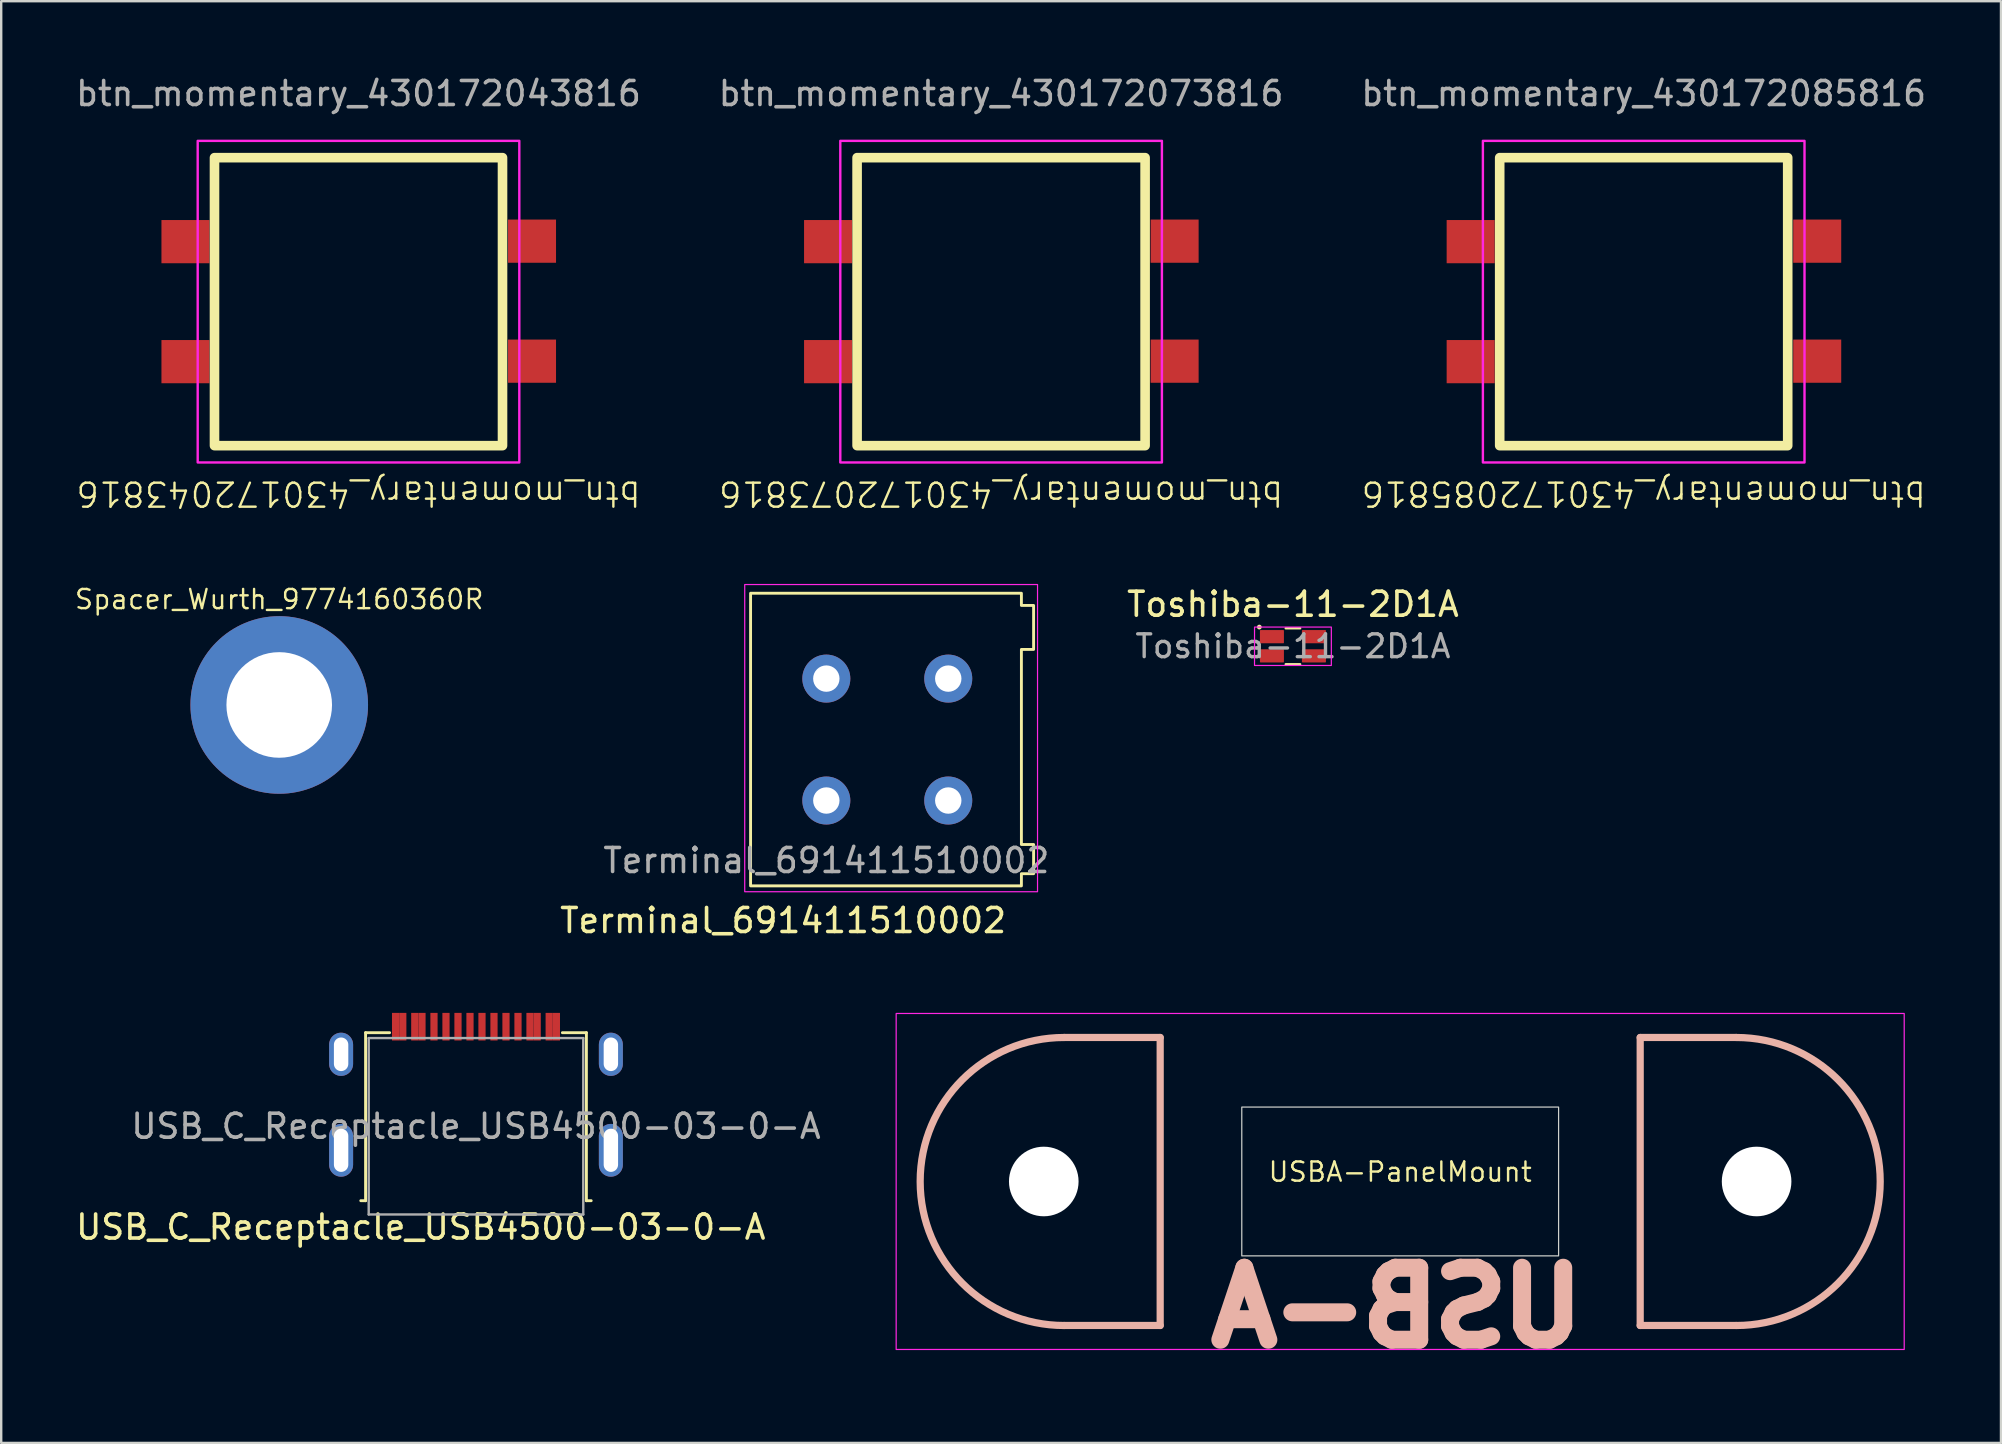
<source format=kicad_pcb>
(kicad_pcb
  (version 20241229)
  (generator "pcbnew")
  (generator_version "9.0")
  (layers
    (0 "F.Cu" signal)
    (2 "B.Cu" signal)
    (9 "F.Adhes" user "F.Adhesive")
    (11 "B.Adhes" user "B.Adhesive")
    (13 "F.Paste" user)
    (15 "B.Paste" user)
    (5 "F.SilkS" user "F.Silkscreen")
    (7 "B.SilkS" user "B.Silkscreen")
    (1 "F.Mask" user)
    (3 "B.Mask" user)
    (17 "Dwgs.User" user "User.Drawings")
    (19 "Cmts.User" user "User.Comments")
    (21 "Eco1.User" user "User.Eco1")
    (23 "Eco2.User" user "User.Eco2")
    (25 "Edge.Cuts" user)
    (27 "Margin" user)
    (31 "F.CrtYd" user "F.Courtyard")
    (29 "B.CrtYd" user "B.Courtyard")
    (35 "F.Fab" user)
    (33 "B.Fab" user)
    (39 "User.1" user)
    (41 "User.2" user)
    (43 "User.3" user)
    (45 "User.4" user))
  (footprint "Toshiba-11-2D1A"
    (layer "F.Cu")
    (at 50.82 23.877)
    (property "Reference" "Toshiba-11-2D1A" (at 0 -1.75 0) (layer "F.SilkS") (effects (font (size 1 1) (thickness 0.15))))
    (attr smd)
    (fp_line (start -0.3 -0.75) (end 0.3 -0.75) (stroke (width 0.1) (type default)) (layer "F.SilkS"))
    (fp_line (start -0.3 0.75) (end 0.3 0.75) (stroke (width 0.1) (type default)) (layer "F.SilkS"))
    (fp_circle (center -1.4 -0.8) (end -1.35 -0.8) (stroke (width 0.1) (type default)) (fill no) (layer "F.SilkS"))
    (fp_rect (start -1.6 -0.8) (end 1.6 0.8) (stroke (width 0.05) (type default)) (fill no) (layer "F.CrtYd"))
    (fp_text user "${REFERENCE}" (at 0 0 0) (layer "F.Fab") (effects (font (size 0.95 0.95) (thickness 0.14))))
    (pad "1" smd roundrect (at -0.875 -0.4) (size 1 0.55) (layers "F.Cu" "F.Mask" "F.Paste") (roundrect_rratio 0.05))
    (pad "2" smd roundrect (at -0.875 0.4) (size 1 0.55) (layers "F.Cu" "F.Mask" "F.Paste") (roundrect_rratio 0.05))
    (pad "3" smd roundrect (at 0.875 0.4) (size 1 0.55) (layers "F.Cu" "F.Mask" "F.Paste") (roundrect_rratio 0.05))
    (pad "4" smd roundrect (at 0.875 -0.4) (size 1 0.55) (layers "F.Cu" "F.Mask" "F.Paste") (roundrect_rratio 0.05)))
  (footprint "Spacer_Wurth_9774160360R"
    (layer "F.Cu")
    (at 8.584 26.322)
    (property "Reference" "Spacer_Wurth_9774160360R" (at 0 -4.4 0) (unlocked yes) (layer "F.SilkS") (effects (font (size 0.8 0.8) (thickness 0.1))))
    (attr smd)
    (pad "" np_thru_hole circle (at 0 0) (size 7.4 7.4) (drill 4.4) (layers "*.Cu" "*.Mask")))
  (footprint "Terminal_691411510002"
    (layer "F.Cu")
    (at 31.379 30.304)
    (property "Reference" "Terminal_691411510002" (at -1.8 5 0) (unlocked yes) (layer "F.SilkS") (effects (font (size 1 1) (thickness 0.15))))
    (attr through_hole)
    (fp_poly (pts (xy -3.156 -8.636) (xy 8.128 -8.636) (xy 8.128 -8.128) (xy 8.636 -8.128) (xy 8.636 -6.296) (xy 8.128 -6.296) (xy 8.128 1.832) (xy 8.636 1.832) (xy 8.636 3.048) (xy 8.128 3.048) (xy 8.128 3.556) (xy -3.156 3.556)) (stroke (width 0.12) (type solid)) (fill no) (layer "F.SilkS"))
    (fp_rect (start -3.4 -9) (end 8.8 3.8) (stroke (width 0.05) (type default)) (fill no) (layer "F.CrtYd"))
    (fp_text user "${REFERENCE}" (at 0 2.5 0) (unlocked yes) (layer "F.Fab") (effects (font (size 1 1) (thickness 0.15))))
    (pad "1" thru_hole circle (at 5.08 -5.08) (size 2 2) (drill 1.1) (layers "*.Cu" "*.Mask"))
    (pad "1" thru_hole circle (at 5.08 0) (size 2 2) (drill 1.1) (layers "*.Cu" "*.Mask"))
    (pad "2" thru_hole circle (at 0 -5.08) (size 2 2) (drill 1.1) (layers "*.Cu" "*.Mask"))
    (pad "2" thru_hole circle (at 0 0) (size 2 2) (drill 1.1) (layers "*.Cu" "*.Mask")))
  (footprint "btn_momentary_430172085816"
    (layer "F.Cu")
    (at 65.435 9.518)
    (property "Reference" "btn_momentary_430172085816" (at 0 8 180) (unlocked yes) (layer "F.SilkS") (effects (font (size 1 1) (thickness 0.1))))
    (attr smd)
    (fp_rect (start -6 -6) (end 6 6) (stroke (width 0.4) (type default)) (fill no) (layer "F.SilkS"))
    (fp_rect (start -6.7 -6.7) (end 6.7 6.7) (stroke (width 0.1) (type default)) (fill no) (layer "F.CrtYd"))
    (fp_text user "${REFERENCE}" (at 0 -8.67 0) (unlocked yes) (layer "F.Fab") (effects (font (size 1 1) (thickness 0.15))))
    (pad "1" smd rect (at -7.21 -2.5) (size 2 1.8) (layers "F.Cu" "F.Mask" "F.Paste"))
    (pad "2" smd rect (at 7.23 -2.52) (size 2 1.8) (layers "F.Cu" "F.Mask" "F.Paste"))
    (pad "3" smd rect (at -7.21 2.5) (size 2 1.8) (layers "F.Cu" "F.Mask" "F.Paste"))
    (pad "4" smd rect (at 7.23 2.48) (size 2 1.8) (layers "F.Cu" "F.Mask" "F.Paste")))
  (footprint "USBA-PanelMount"
    (layer "F.Cu")
    (at 55.289 46.177)
    (property "Reference" "USBA-PanelMount" (at 0 -0.4 0) (unlocked yes) (layer "F.SilkS") (effects (font (size 0.8 0.8) (thickness 0.1))))
    (attr through_hole)
    (fp_line (start -14 6) (end -10 6) (stroke (width 0.3) (type default)) (layer "B.SilkS"))
    (fp_line (start -10 -6) (end -14 -6) (stroke (width 0.3) (type default)) (layer "B.SilkS"))
    (fp_line (start -10 6) (end -10 -6) (stroke (width 0.3) (type default)) (layer "B.SilkS"))
    (fp_line (start 10 -6) (end 10 6) (stroke (width 0.3) (type default)) (layer "B.SilkS"))
    (fp_line (start 10 6) (end 14 6) (stroke (width 0.3) (type default)) (layer "B.SilkS"))
    (fp_line (start 14 -6) (end 10 -6) (stroke (width 0.3) (type default)) (layer "B.SilkS"))
    (fp_arc (start -14 6) (mid -20 0) (end -14 -6) (stroke (width 0.3) (type default)) (layer "B.SilkS"))
    (fp_arc (start 14 -6) (mid 20 0) (end 14 6) (stroke (width 0.3) (type default)) (layer "B.SilkS"))
    (fp_rect (start -6.6 -3.1) (end 6.6 3.1) (stroke (width 0.05) (type default)) (fill no) (layer "Edge.Cuts"))
    (fp_rect (start -21 -7) (end 21 7) (stroke (width 0.05) (type default)) (fill no) (layer "F.CrtYd"))
    (fp_text user "USB-A" (at 8 7 0) (unlocked yes) (layer "B.SilkS") (effects (font (size 3 3) (thickness 0.75) (bold yes)) (justify left bottom mirror)))
    (pad "" np_thru_hole circle (at -14.85 0) (size 2.9 2.9) (drill 2.9) (layers "*.Cu" "*.Mask"))
    (pad "" np_thru_hole circle (at 14.85 0) (size 2.9 2.9) (drill 2.9) (layers "*.Cu" "*.Mask")))
  (footprint "USB_C_Receptacle_USB4500-03-0-A"
    (layer "F.Cu")
    (at 16.782 43.877)
    (property "Reference" "USB_C_Receptacle_USB4500-03-0-A" (at -2.3 4.2 0) (layer "F.SilkS") (effects (font (size 1 1) (thickness 0.15))))
    (attr smd)
    (fp_line (start -4.6 3.1) (end -4.8 3.1) (stroke (width 0.12) (type default)) (layer "F.SilkS"))
    (fp_line (start -4.6 3.1) (end -4.6 -3.9) (stroke (width 0.12) (type solid)) (layer "F.SilkS"))
    (fp_line (start -3.6 -3.9) (end -4.6 -3.9) (stroke (width 0.12) (type default)) (layer "F.SilkS"))
    (fp_line (start 4.6 -3.9) (end 3.6 -3.9) (stroke (width 0.12) (type default)) (layer "F.SilkS"))
    (fp_line (start 4.6 3.1) (end 4.6 -3.9) (stroke (width 0.12) (type solid)) (layer "F.SilkS"))
    (fp_line (start 4.8 3.1) (end 4.6 3.1) (stroke (width 0.12) (type default)) (layer "F.SilkS"))
    (fp_line (start -4.47 -3.675) (end -4.47 3.675) (stroke (width 0.1) (type solid)) (layer "F.Fab"))
    (fp_line (start -4.47 -3.675) (end 4.47 -3.675) (stroke (width 0.1) (type solid)) (layer "F.Fab"))
    (fp_line (start -4.47 3.675) (end 4.47 3.675) (stroke (width 0.1) (type solid)) (layer "F.Fab"))
    (fp_line (start 4.47 3.675) (end 4.47 -3.675) (stroke (width 0.1) (type solid)) (layer "F.Fab"))
    (fp_rect (start -4.5 -3.4) (end 4.5 3.1) (stroke (width 0.12) (type default)) (fill no) (layer "User.6"))
    (fp_text user "${REFERENCE}" (at 0 0 0) (layer "F.Fab") (effects (font (size 1 1) (thickness 0.15))))
    (pad "A1" smd rect (at -3.35 -4.15) (size 0.3 1.15) (layers "F.Cu" "F.Mask" "F.Paste"))
    (pad "A4" smd rect (at -2.55 -4.15) (size 0.3 1.15) (layers "F.Cu" "F.Mask" "F.Paste"))
    (pad "A5" smd rect (at -1.25 -4.15) (size 0.3 1.15) (layers "F.Cu" "F.Mask" "F.Paste"))
    (pad "A6" smd rect (at -0.25 -4.15) (size 0.3 1.15) (layers "F.Cu" "F.Mask" "F.Paste"))
    (pad "A7" smd rect (at 0.25 -4.15) (size 0.3 1.15) (layers "F.Cu" "F.Mask" "F.Paste"))
    (pad "A8" smd rect (at 1.25 -4.15) (size 0.3 1.15) (layers "F.Cu" "F.Mask" "F.Paste"))
    (pad "A9" smd rect (at 2.55 -4.15) (size 0.3 1.15) (layers "F.Cu" "F.Mask" "F.Paste"))
    (pad "A12" smd rect (at 3.35 -4.15) (size 0.3 1.15) (layers "F.Cu" "F.Mask" "F.Paste"))
    (pad "B1" smd rect (at 3.05 -4.15) (size 0.3 1.15) (layers "F.Cu" "F.Mask" "F.Paste"))
    (pad "B4" smd rect (at 2.25 -4.15) (size 0.3 1.15) (layers "F.Cu" "F.Mask" "F.Paste"))
    (pad "B5" smd rect (at 1.75 -4.15) (size 0.3 1.15) (layers "F.Cu" "F.Mask" "F.Paste"))
    (pad "B6" smd rect (at 0.75 -4.15) (size 0.3 1.15) (layers "F.Cu" "F.Mask" "F.Paste"))
    (pad "B7" smd rect (at -0.75 -4.15) (size 0.3 1.15) (layers "F.Cu" "F.Mask" "F.Paste"))
    (pad "B8" smd rect (at -1.75 -4.15) (size 0.3 1.15) (layers "F.Cu" "F.Mask" "F.Paste"))
    (pad "B9" smd rect (at -2.25 -4.15) (size 0.3 1.15) (layers "F.Cu" "F.Mask" "F.Paste"))
    (pad "B12" smd rect (at -3.05 -4.15) (size 0.3 1.15) (layers "F.Cu" "F.Mask" "F.Paste"))
    (pad "S1" thru_hole oval (at -5.62 -3) (size 1 1.8) (drill oval 0.6 1.4) (layers "*.Cu" "*.Mask"))
    (pad "S1" thru_hole oval (at -5.62 1) (size 1 2.2) (drill oval 0.6 1.8) (layers "*.Cu" "*.Mask"))
    (pad "S1" thru_hole oval (at 5.62 -3) (size 1 1.8) (drill oval 0.6 1.4) (layers "*.Cu" "*.Mask"))
    (pad "S1" thru_hole oval (at 5.62 1) (size 1 2.2) (drill oval 0.6 1.8) (layers "*.Cu" "*.Mask")))
  (footprint "btn_momentary_430172043816"
    (layer "F.Cu")
    (at 11.887 9.518)
    (property "Reference" "btn_momentary_430172043816" (at 0 8 180) (unlocked yes) (layer "F.SilkS") (effects (font (size 1 1) (thickness 0.1))))
    (attr smd)
    (fp_rect (start -6 -6) (end 6 6) (stroke (width 0.4) (type default)) (fill no) (layer "F.SilkS"))
    (fp_rect (start -6.7 -6.7) (end 6.7 6.7) (stroke (width 0.1) (type default)) (fill no) (layer "F.CrtYd"))
    (fp_text user "${REFERENCE}" (at 0 -8.67 0) (unlocked yes) (layer "F.Fab") (effects (font (size 1 1) (thickness 0.15))))
    (pad "1" smd rect (at -7.21 -2.5) (size 2 1.8) (layers "F.Cu" "F.Mask" "F.Paste"))
    (pad "2" smd rect (at 7.23 -2.52) (size 2 1.8) (layers "F.Cu" "F.Mask" "F.Paste"))
    (pad "3" smd rect (at -7.21 2.5) (size 2 1.8) (layers "F.Cu" "F.Mask" "F.Paste"))
    (pad "4" smd rect (at 7.23 2.48) (size 2 1.8) (layers "F.Cu" "F.Mask" "F.Paste")))
  (footprint "btn_momentary_430172073816"
    (layer "F.Cu")
    (at 38.661 9.518)
    (property "Reference" "btn_momentary_430172073816" (at 0 8 180) (unlocked yes) (layer "F.SilkS") (effects (font (size 1 1) (thickness 0.1))))
    (attr smd)
    (fp_rect (start -6 -6) (end 6 6) (stroke (width 0.4) (type default)) (fill no) (layer "F.SilkS"))
    (fp_rect (start -6.7 -6.7) (end 6.7 6.7) (stroke (width 0.1) (type default)) (fill no) (layer "F.CrtYd"))
    (fp_text user "${REFERENCE}" (at 0 -8.67 0) (unlocked yes) (layer "F.Fab") (effects (font (size 1 1) (thickness 0.15))))
    (pad "1" smd rect (at -7.21 -2.5) (size 2 1.8) (layers "F.Cu" "F.Mask" "F.Paste"))
    (pad "2" smd rect (at 7.23 -2.52) (size 2 1.8) (layers "F.Cu" "F.Mask" "F.Paste"))
    (pad "3" smd rect (at -7.21 2.5) (size 2 1.8) (layers "F.Cu" "F.Mask" "F.Paste"))
    (pad "4" smd rect (at 7.23 2.48) (size 2 1.8) (layers "F.Cu" "F.Mask" "F.Paste")))
  (gr_rect
    (start -3 -3)
    (end 80.321 57.069)
    (stroke (width 0.1) (type default))
    (fill no)
    (layer "Edge.Cuts")))
</source>
